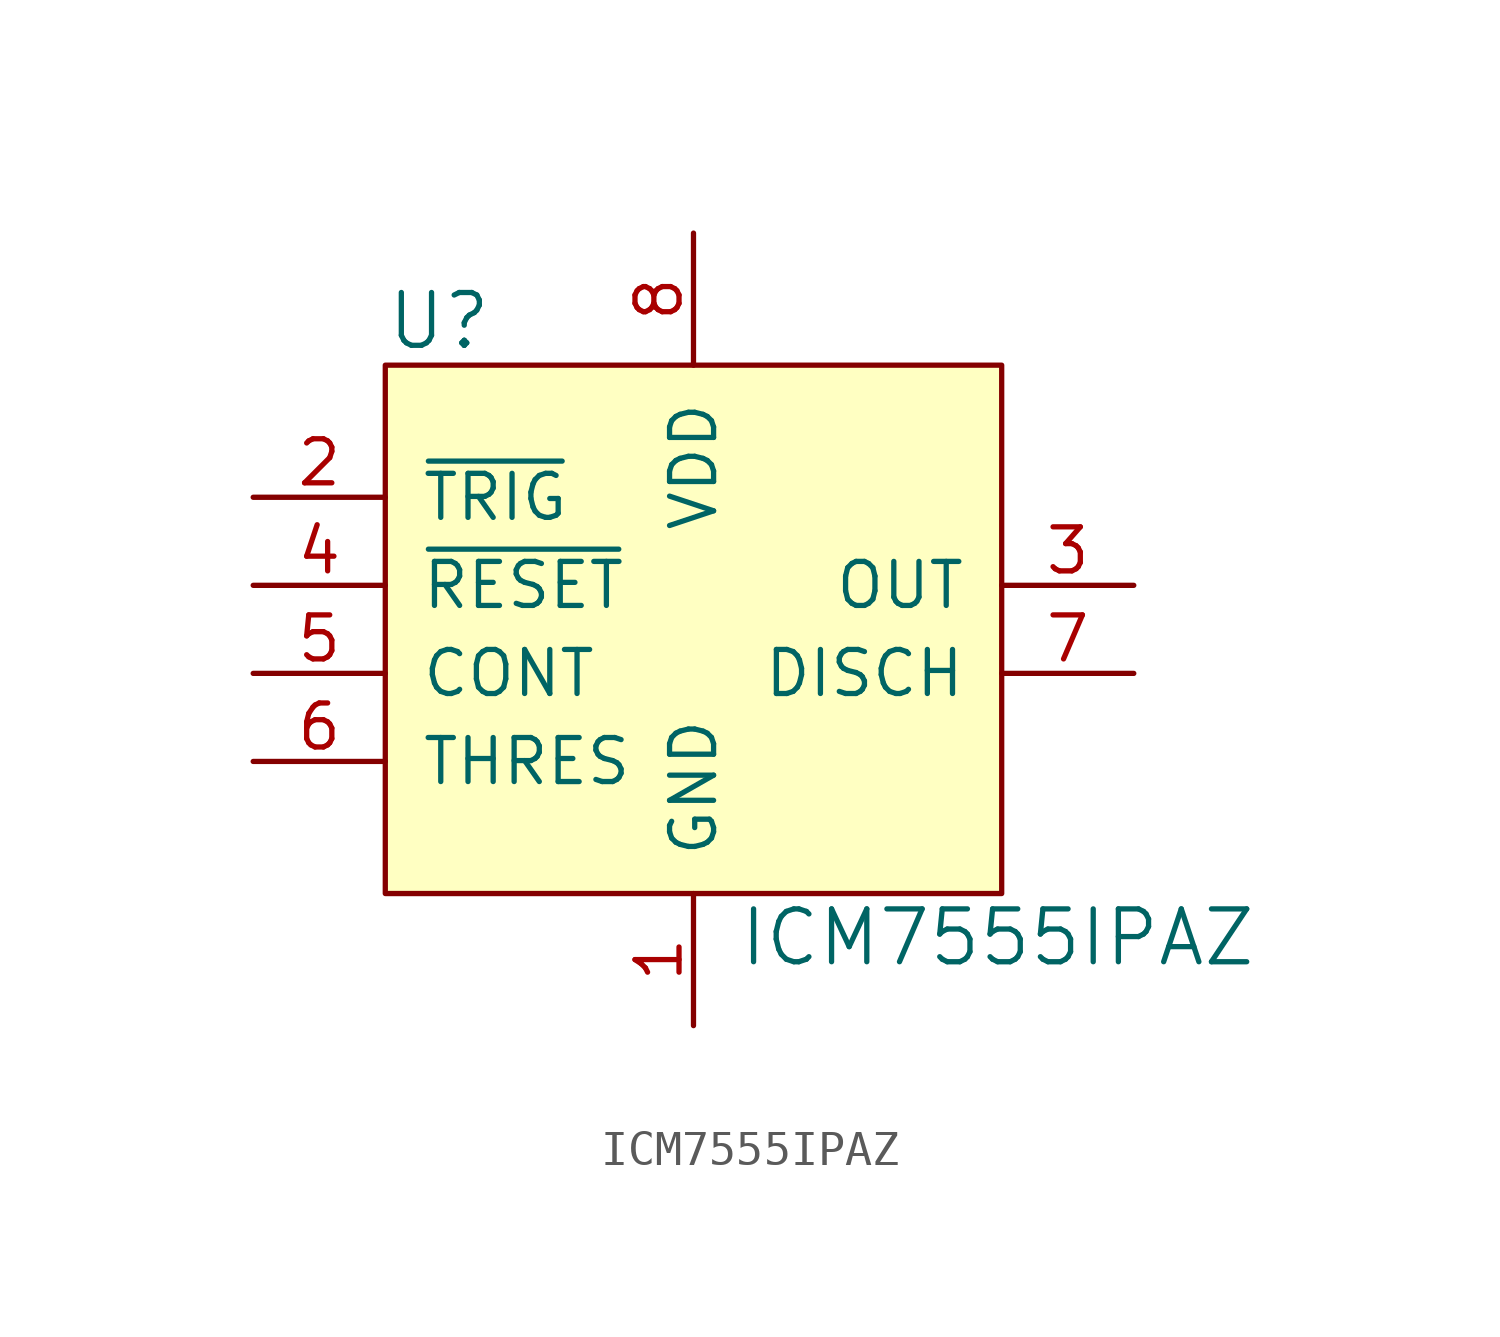
<source format=kicad_sym>
(kicad_symbol_lib
  (version 20220914)
  (generator kicad_symbol_editor)
  (symbol "ICM7555IPAZ"
    (pin_names
      (offset 1.016))
    (property "Reference" "U"
      (at -8.89 7.62 0)
      (effects (font (size 1.524 1.524)) (justify left)))
    (property "Value" "ICM7555IPAZ"
      (at 1.27 -10.16 0)
      (effects (font (size 1.524 1.524)) (justify left)))
    (symbol "ICM7555IPAZ_1_1"
      (rectangle (start -8.89 6.35) (end 8.89 -8.89) (stroke (width 0) (type solid)) (fill (type background)))
      (pin power_in line (at 0 -12.7 90) (length 3.81) (name "GND" (effects (font (size 1.27 1.27)))) (number "1" (effects (font (size 1.27 1.27)))))
      (pin input line (at -12.7 2.54 0) (length 3.81) (name "~{TRIG}" (effects (font (size 1.27 1.27)))) (number "2" (effects (font (size 1.27 1.27)))))
      (pin output line (at 12.7 0 180) (length 3.81) (name "OUT" (effects (font (size 1.27 1.27)))) (number "3" (effects (font (size 1.27 1.27)))))
      (pin input line (at -12.7 0 0) (length 3.81) (name "~{RESET}" (effects (font (size 1.27 1.27)))) (number "4" (effects (font (size 1.27 1.27)))))
      (pin input line (at -12.7 -2.54 0) (length 3.81) (name "CONT" (effects (font (size 1.27 1.27)))) (number "5" (effects (font (size 1.27 1.27)))))
      (pin input line (at -12.7 -5.08 0) (length 3.81) (name "THRES" (effects (font (size 1.27 1.27)))) (number "6" (effects (font (size 1.27 1.27)))))
      (pin output line (at 12.7 -2.54 180) (length 3.81) (name "DISCH" (effects (font (size 1.27 1.27)))) (number "7" (effects (font (size 1.27 1.27)))))
      (pin power_in line (at 0 10.16 270) (length 3.81) (name "VDD" (effects (font (size 1.27 1.27)))) (number "8" (effects (font (size 1.27 1.27))))))))
</source>
